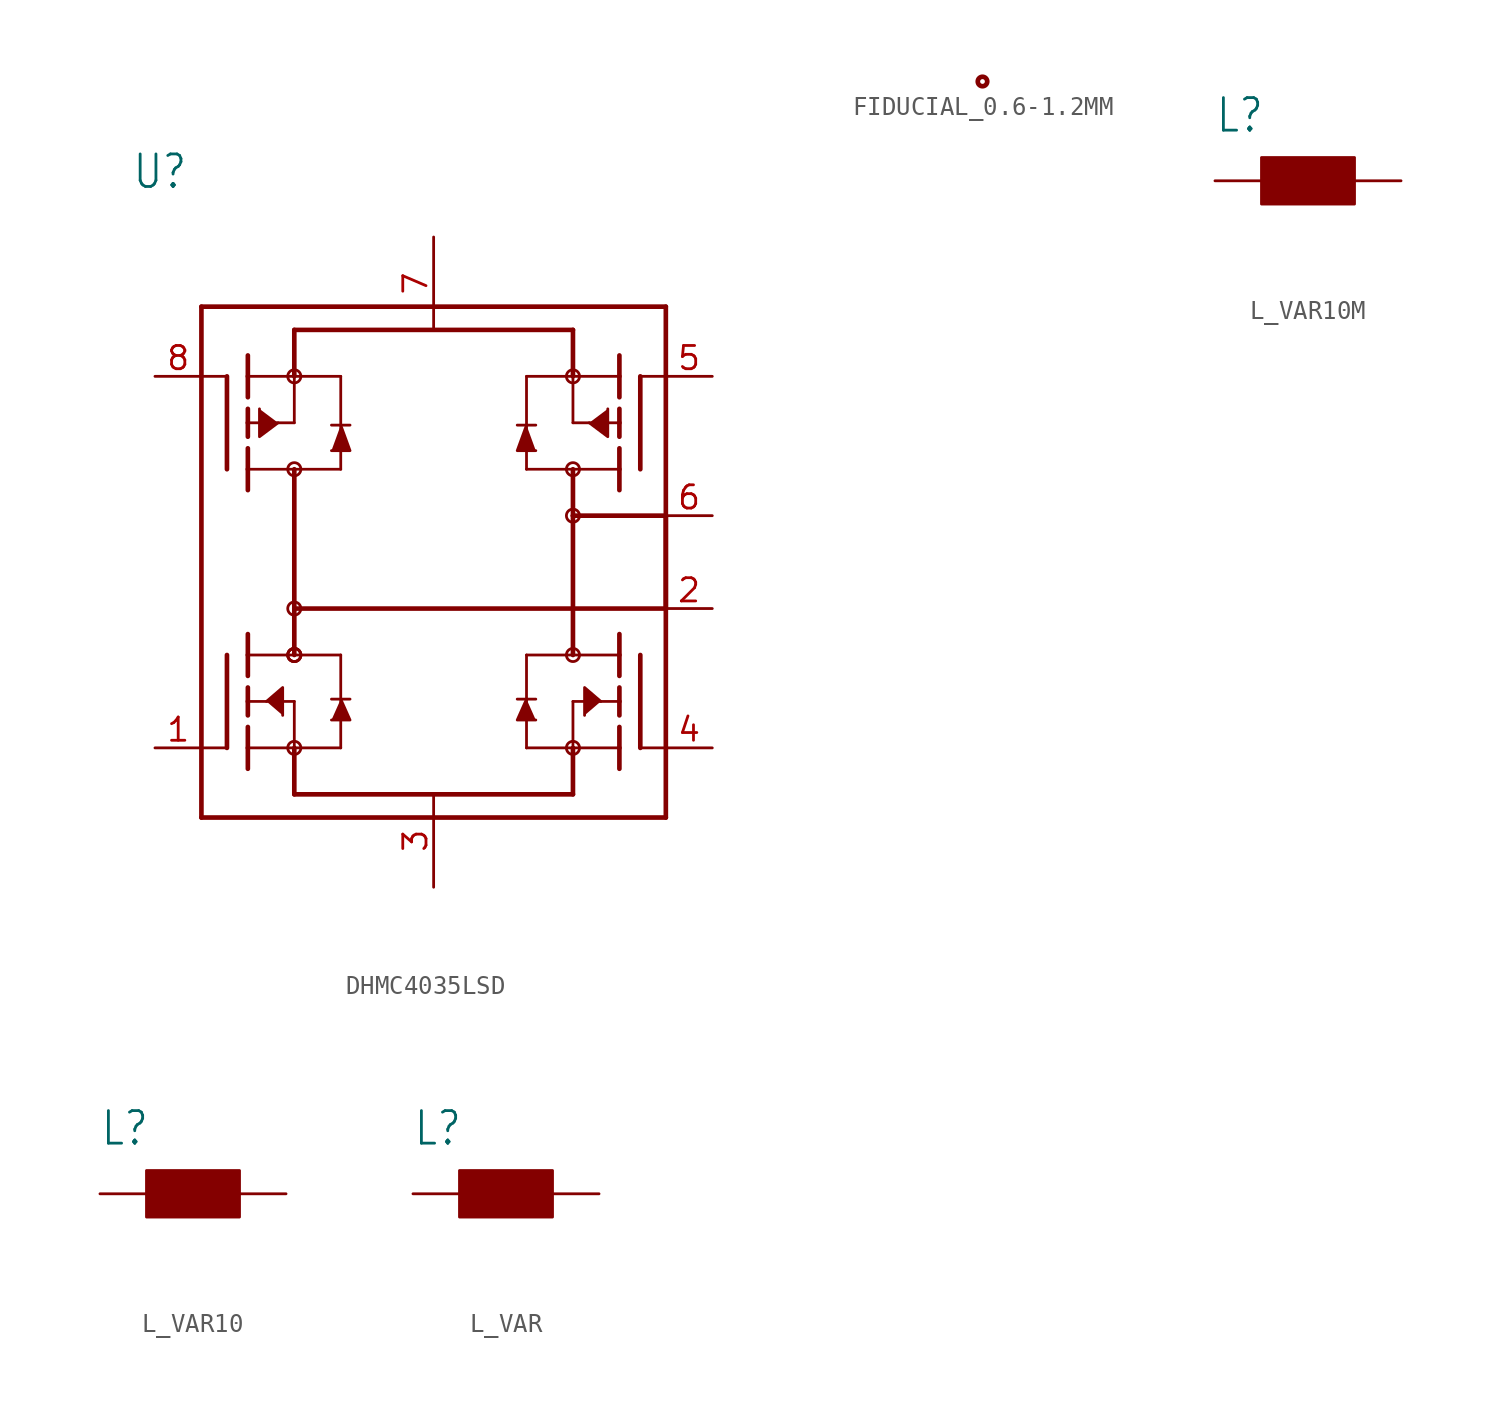
<source format=kicad_sym>
(kicad_symbol_lib
  (version 20220914)
  (generator kicad_symbol_editor)
  (symbol "DHMC4035LSD"
    (property "Reference" "U"
      (at -16.51 20.32 0)
      (effects (font (size 1.778 1.511)) (justify left bottom)))
    (property "Value" ""
      (at -16.51 17.78 0)
      (effects (font (size 1.778 1.511)) (justify left bottom)))
    (property "ki_locked" ""
      (at 0 0 0)
      (effects (font (size 1.27 1.27))))
    (symbol "DHMC4035LSD_1_0"
      (circle (center -7.62 -10.16) (radius 0.359) (stroke (width 0) (type solid)) (fill (type none)))
      (circle (center -7.62 -5.08) (radius 0.359) (stroke (width 0) (type solid)) (fill (type none)))
      (circle (center -7.62 -5.08) (radius 0.359) (stroke (width 0) (type solid)) (fill (type none)))
      (circle (center -7.62 -5.08) (radius 0.359) (stroke (width 0) (type solid)) (fill (type none)))
      (circle (center -7.62 -2.54) (radius 0.359) (stroke (width 0) (type solid)) (fill (type none)))
      (circle (center -7.62 5.08) (radius 0.359) (stroke (width 0) (type solid)) (fill (type none)))
      (circle (center -7.62 10.16) (radius 0.359) (stroke (width 0) (type solid)) (fill (type none)))
      (polyline (pts (xy -12.7 -13.97) (xy -12.7 13.97)) (stroke (width 0.254) (type solid)) (fill (type none)))
      (polyline (pts (xy -12.7 -10.16) (xy -11.379 -10.16)) (stroke (width 0.152) (type solid)) (fill (type none)))
      (polyline (pts (xy -12.7 10.16) (xy -11.379 10.16)) (stroke (width 0.152) (type solid)) (fill (type none)))
      (polyline (pts (xy -12.7 13.97) (xy 12.7 13.97)) (stroke (width 0.254) (type solid)) (fill (type none)))
      (polyline (pts (xy -11.303 -5.08) (xy -11.303 -10.16)) (stroke (width 0.254) (type solid)) (fill (type none)))
      (polyline (pts (xy -11.303 5.08) (xy -11.303 10.16)) (stroke (width 0.254) (type solid)) (fill (type none)))
      (polyline (pts (xy -10.16 -10.16) (xy -10.16 -11.303)) (stroke (width 0.254) (type solid)) (fill (type none)))
      (polyline (pts (xy -10.16 -9.017) (xy -10.16 -10.16)) (stroke (width 0.254) (type solid)) (fill (type none)))
      (polyline (pts (xy -10.16 -7.62) (xy -10.16 -8.382)) (stroke (width 0.254) (type solid)) (fill (type none)))
      (polyline (pts (xy -10.16 -7.62) (xy -7.62 -7.62)) (stroke (width 0.152) (type solid)) (fill (type none)))
      (polyline (pts (xy -10.16 -6.858) (xy -10.16 -7.62)) (stroke (width 0.254) (type solid)) (fill (type none)))
      (polyline (pts (xy -10.16 -5.08) (xy -10.16 -6.223)) (stroke (width 0.254) (type solid)) (fill (type none)))
      (polyline (pts (xy -10.16 -5.08) (xy -7.62 -5.08)) (stroke (width 0.152) (type solid)) (fill (type none)))
      (polyline (pts (xy -10.16 -3.937) (xy -10.16 -5.08)) (stroke (width 0.254) (type solid)) (fill (type none)))
      (polyline (pts (xy -10.16 3.937) (xy -10.16 5.08)) (stroke (width 0.254) (type solid)) (fill (type none)))
      (polyline (pts (xy -10.16 5.08) (xy -10.16 6.223)) (stroke (width 0.254) (type solid)) (fill (type none)))
      (polyline (pts (xy -10.16 5.08) (xy -7.62 5.08)) (stroke (width 0.152) (type solid)) (fill (type none)))
      (polyline (pts (xy -10.16 6.858) (xy -10.16 7.62)) (stroke (width 0.254) (type solid)) (fill (type none)))
      (polyline (pts (xy -10.16 7.62) (xy -10.16 8.382)) (stroke (width 0.254) (type solid)) (fill (type none)))
      (polyline (pts (xy -10.16 7.62) (xy -7.62 7.62)) (stroke (width 0.152) (type solid)) (fill (type none)))
      (polyline (pts (xy -10.16 9.017) (xy -10.16 10.16)) (stroke (width 0.254) (type solid)) (fill (type none)))
      (polyline (pts (xy -10.16 10.16) (xy -10.16 11.303)) (stroke (width 0.254) (type solid)) (fill (type none)))
      (polyline (pts (xy -7.62 -12.7) (xy -7.62 -10.16)) (stroke (width 0.254) (type solid)) (fill (type none)))
      (polyline (pts (xy -7.62 -12.7) (xy 7.62 -12.7)) (stroke (width 0.254) (type solid)) (fill (type none)))
      (polyline (pts (xy -7.62 -10.16) (xy -10.16 -10.16)) (stroke (width 0.152) (type solid)) (fill (type none)))
      (polyline (pts (xy -7.62 -10.16) (xy -5.08 -10.16)) (stroke (width 0.152) (type solid)) (fill (type none)))
      (polyline (pts (xy -7.62 -7.62) (xy -7.62 -10.16)) (stroke (width 0.152) (type solid)) (fill (type none)))
      (polyline (pts (xy -7.62 -5.08) (xy -7.62 -2.54)) (stroke (width 0.254) (type solid)) (fill (type none)))
      (polyline (pts (xy -7.62 -5.08) (xy -5.08 -5.08)) (stroke (width 0.152) (type solid)) (fill (type none)))
      (polyline (pts (xy -7.62 -2.54) (xy -7.62 5.08)) (stroke (width 0.254) (type solid)) (fill (type none)))
      (polyline (pts (xy -7.62 5.08) (xy -5.08 5.08)) (stroke (width 0.152) (type solid)) (fill (type none)))
      (polyline (pts (xy -7.62 7.62) (xy -7.62 10.16)) (stroke (width 0.152) (type solid)) (fill (type none)))
      (polyline (pts (xy -7.62 10.16) (xy -10.16 10.16)) (stroke (width 0.152) (type solid)) (fill (type none)))
      (polyline (pts (xy -7.62 10.16) (xy -7.62 12.7)) (stroke (width 0.254) (type solid)) (fill (type none)))
      (polyline (pts (xy -7.62 10.16) (xy -5.08 10.16)) (stroke (width 0.152) (type solid)) (fill (type none)))
      (polyline (pts (xy -7.62 12.7) (xy 7.62 12.7)) (stroke (width 0.254) (type solid)) (fill (type none)))
      (polyline (pts (xy -5.588 -7.493) (xy -5.08 -7.493)) (stroke (width 0.152) (type solid)) (fill (type none)))
      (polyline (pts (xy -5.588 7.493) (xy -5.08 7.493)) (stroke (width 0.152) (type solid)) (fill (type none)))
      (polyline (pts (xy -5.08 -7.493) (xy -5.08 -10.16)) (stroke (width 0.152) (type solid)) (fill (type none)))
      (polyline (pts (xy -5.08 -7.493) (xy -4.572 -7.493)) (stroke (width 0.152) (type solid)) (fill (type none)))
      (polyline (pts (xy -5.08 -5.08) (xy -5.08 -7.493)) (stroke (width 0.152) (type solid)) (fill (type none)))
      (polyline (pts (xy -5.08 5.08) (xy -5.08 7.493)) (stroke (width 0.152) (type solid)) (fill (type none)))
      (polyline (pts (xy -5.08 7.493) (xy -5.08 10.16)) (stroke (width 0.152) (type solid)) (fill (type none)))
      (polyline (pts (xy -5.08 7.493) (xy -4.572 7.493)) (stroke (width 0.152) (type solid)) (fill (type none)))
      (polyline (pts (xy 5.08 -7.493) (xy 4.572 -7.493)) (stroke (width 0.152) (type solid)) (fill (type none)))
      (polyline (pts (xy 5.08 -7.493) (xy 5.08 -10.16)) (stroke (width 0.152) (type solid)) (fill (type none)))
      (polyline (pts (xy 5.08 -5.08) (xy 5.08 -7.493)) (stroke (width 0.152) (type solid)) (fill (type none)))
      (polyline (pts (xy 5.08 5.08) (xy 5.08 7.493)) (stroke (width 0.152) (type solid)) (fill (type none)))
      (polyline (pts (xy 5.08 7.493) (xy 4.572 7.493)) (stroke (width 0.152) (type solid)) (fill (type none)))
      (polyline (pts (xy 5.08 7.493) (xy 5.08 10.16)) (stroke (width 0.152) (type solid)) (fill (type none)))
      (polyline (pts (xy 5.588 -7.493) (xy 5.08 -7.493)) (stroke (width 0.152) (type solid)) (fill (type none)))
      (polyline (pts (xy 5.588 7.493) (xy 5.08 7.493)) (stroke (width 0.152) (type solid)) (fill (type none)))
      (polyline (pts (xy 7.62 -12.7) (xy 7.62 -10.16)) (stroke (width 0.254) (type solid)) (fill (type none)))
      (polyline (pts (xy 7.62 -10.16) (xy 5.08 -10.16)) (stroke (width 0.152) (type solid)) (fill (type none)))
      (polyline (pts (xy 7.62 -10.16) (xy 10.16 -10.16)) (stroke (width 0.152) (type solid)) (fill (type none)))
      (polyline (pts (xy 7.62 -7.62) (xy 7.62 -10.16)) (stroke (width 0.152) (type solid)) (fill (type none)))
      (polyline (pts (xy 7.62 -5.08) (xy 5.08 -5.08)) (stroke (width 0.152) (type solid)) (fill (type none)))
      (polyline (pts (xy 7.62 2.54) (xy 7.62 -5.08)) (stroke (width 0.254) (type solid)) (fill (type none)))
      (polyline (pts (xy 7.62 5.08) (xy 5.08 5.08)) (stroke (width 0.152) (type solid)) (fill (type none)))
      (polyline (pts (xy 7.62 5.08) (xy 7.62 2.54)) (stroke (width 0.254) (type solid)) (fill (type none)))
      (polyline (pts (xy 7.62 7.62) (xy 7.62 10.16)) (stroke (width 0.152) (type solid)) (fill (type none)))
      (polyline (pts (xy 7.62 10.16) (xy 5.08 10.16)) (stroke (width 0.152) (type solid)) (fill (type none)))
      (polyline (pts (xy 7.62 10.16) (xy 7.62 12.7)) (stroke (width 0.254) (type solid)) (fill (type none)))
      (polyline (pts (xy 7.62 10.16) (xy 10.16 10.16)) (stroke (width 0.152) (type solid)) (fill (type none)))
      (polyline (pts (xy 10.16 -10.16) (xy 10.16 -11.303)) (stroke (width 0.254) (type solid)) (fill (type none)))
      (polyline (pts (xy 10.16 -9.017) (xy 10.16 -10.16)) (stroke (width 0.254) (type solid)) (fill (type none)))
      (polyline (pts (xy 10.16 -7.62) (xy 7.62 -7.62)) (stroke (width 0.152) (type solid)) (fill (type none)))
      (polyline (pts (xy 10.16 -7.62) (xy 10.16 -8.382)) (stroke (width 0.254) (type solid)) (fill (type none)))
      (polyline (pts (xy 10.16 -6.858) (xy 10.16 -7.62)) (stroke (width 0.254) (type solid)) (fill (type none)))
      (polyline (pts (xy 10.16 -5.08) (xy 7.62 -5.08)) (stroke (width 0.152) (type solid)) (fill (type none)))
      (polyline (pts (xy 10.16 -5.08) (xy 10.16 -6.223)) (stroke (width 0.254) (type solid)) (fill (type none)))
      (polyline (pts (xy 10.16 -3.937) (xy 10.16 -5.08)) (stroke (width 0.254) (type solid)) (fill (type none)))
      (polyline (pts (xy 10.16 3.937) (xy 10.16 5.08)) (stroke (width 0.254) (type solid)) (fill (type none)))
      (polyline (pts (xy 10.16 5.08) (xy 7.62 5.08)) (stroke (width 0.152) (type solid)) (fill (type none)))
      (polyline (pts (xy 10.16 5.08) (xy 10.16 6.223)) (stroke (width 0.254) (type solid)) (fill (type none)))
      (polyline (pts (xy 10.16 6.858) (xy 10.16 7.62)) (stroke (width 0.254) (type solid)) (fill (type none)))
      (polyline (pts (xy 10.16 7.62) (xy 7.62 7.62)) (stroke (width 0.152) (type solid)) (fill (type none)))
      (polyline (pts (xy 10.16 7.62) (xy 10.16 8.382)) (stroke (width 0.254) (type solid)) (fill (type none)))
      (polyline (pts (xy 10.16 9.017) (xy 10.16 10.16)) (stroke (width 0.254) (type solid)) (fill (type none)))
      (polyline (pts (xy 10.16 10.16) (xy 10.16 11.303)) (stroke (width 0.254) (type solid)) (fill (type none)))
      (polyline (pts (xy 11.303 -5.08) (xy 11.303 -10.16)) (stroke (width 0.254) (type solid)) (fill (type none)))
      (polyline (pts (xy 11.303 5.08) (xy 11.303 10.16)) (stroke (width 0.254) (type solid)) (fill (type none)))
      (polyline (pts (xy 12.7 -13.97) (xy -12.7 -13.97)) (stroke (width 0.254) (type solid)) (fill (type none)))
      (polyline (pts (xy 12.7 -10.16) (xy 11.379 -10.16)) (stroke (width 0.152) (type solid)) (fill (type none)))
      (polyline (pts (xy 12.7 -2.54) (xy -7.62 -2.54)) (stroke (width 0.254) (type solid)) (fill (type none)))
      (polyline (pts (xy 12.7 -2.54) (xy 12.7 2.54)) (stroke (width 0.254) (type solid)) (fill (type none)))
      (polyline (pts (xy 12.7 2.54) (xy 7.62 2.54)) (stroke (width 0.254) (type solid)) (fill (type none)))
      (polyline (pts (xy 12.7 10.16) (xy 11.379 10.16)) (stroke (width 0.152) (type solid)) (fill (type none)))
      (polyline (pts (xy 12.7 13.97) (xy 12.7 -13.97)) (stroke (width 0.254) (type solid)) (fill (type none)))
      (polyline (pts (xy -9.144 -7.62) (xy -8.255 -6.858) (xy -8.255 -8.382)) (stroke (width 0.152) (type solid)) (fill (type outline)))
      (polyline (pts (xy -8.509 7.62) (xy -9.525 6.858) (xy -9.525 8.382)) (stroke (width 0.152) (type solid)) (fill (type outline)))
      (polyline (pts (xy -5.08 -7.493) (xy -4.572 -8.636) (xy -5.588 -8.636)) (stroke (width 0.152) (type solid)) (fill (type outline)))
      (polyline (pts (xy -5.08 7.493) (xy -4.572 6.096) (xy -5.588 6.096)) (stroke (width 0.152) (type solid)) (fill (type outline)))
      (polyline (pts (xy 5.08 -7.493) (xy 4.572 -8.636) (xy 5.588 -8.636)) (stroke (width 0.152) (type solid)) (fill (type outline)))
      (polyline (pts (xy 5.08 7.493) (xy 4.572 6.096) (xy 5.588 6.096)) (stroke (width 0.152) (type solid)) (fill (type outline)))
      (polyline (pts (xy 8.509 7.62) (xy 9.525 6.858) (xy 9.525 8.382)) (stroke (width 0.152) (type solid)) (fill (type outline)))
      (polyline (pts (xy 9.144 -7.62) (xy 8.255 -6.858) (xy 8.255 -8.382)) (stroke (width 0.152) (type solid)) (fill (type outline)))
      (circle (center 7.62 -10.16) (radius 0.359) (stroke (width 0) (type solid)) (fill (type none)))
      (circle (center 7.62 -5.08) (radius 0.359) (stroke (width 0) (type solid)) (fill (type none)))
      (circle (center 7.62 2.54) (radius 0.359) (stroke (width 0) (type solid)) (fill (type none)))
      (circle (center 7.62 5.08) (radius 0.359) (stroke (width 0) (type solid)) (fill (type none)))
      (circle (center 7.62 10.16) (radius 0.359) (stroke (width 0) (type solid)) (fill (type none)))
      (pin bidirectional line (at -15.24 -10.16 0) (length 2.54) (name "N1G" (effects (font (size 0 0)))) (number "1" (effects (font (size 1.27 1.27)))))
      (pin bidirectional line (at 15.24 -2.54 180) (length 2.54) (name "P1D/N1D" (effects (font (size 0 0)))) (number "2" (effects (font (size 1.27 1.27)))))
      (pin bidirectional line (at 0 -17.78 90) (length 5.08) (name "N1S/N2S" (effects (font (size 0 0)))) (number "3" (effects (font (size 1.27 1.27)))))
      (pin bidirectional line (at 15.24 -10.16 180) (length 2.54) (name "N2G" (effects (font (size 0 0)))) (number "4" (effects (font (size 1.27 1.27)))))
      (pin bidirectional line (at 15.24 10.16 180) (length 2.54) (name "P2G" (effects (font (size 0 0)))) (number "5" (effects (font (size 1.27 1.27)))))
      (pin bidirectional line (at 15.24 2.54 180) (length 2.54) (name "P2D/N2D" (effects (font (size 0 0)))) (number "6" (effects (font (size 1.27 1.27)))))
      (pin bidirectional line (at 0 17.78 270) (length 5.08) (name "P1S/P2S" (effects (font (size 0 0)))) (number "7" (effects (font (size 1.27 1.27)))))
      (pin bidirectional line (at -15.24 10.16 0) (length 2.54) (name "P1G" (effects (font (size 0 0)))) (number "8" (effects (font (size 1.27 1.27)))))))
  (symbol "FIDUCIAL_0.6-1.2MM"
    (property "Reference" "X"
      (at 0 0 0)
      (effects (font (size 1.27 1.27)) hide))
    (property "ki_locked" ""
      (at 0 0 0)
      (effects (font (size 1.27 1.27))))
    (symbol "FIDUCIAL_0.6-1.2MM_1_0"
      (circle (center 0 0) (radius 0.254) (stroke (width 0.254) (type solid)) (fill (type none)))))
  (symbol "L_VAR10M"
    (property "Reference" "L"
      (at -5.08 2.54 0)
      (effects (font (size 1.778 1.511)) (justify left bottom)))
    (property "Value" ""
      (at -5.08 -5.08 0)
      (effects (font (size 1.778 1.511)) (justify left bottom)))
    (property "ki_locked" ""
      (at 0 0 0)
      (effects (font (size 1.27 1.27))))
    (symbol "L_VAR10M_1_0"
      (rectangle (start -2.54 -1.27) (end 2.54 1.27) (stroke (width 0) (type default)) (fill (type outline)))
      (pin bidirectional line (at -5.08 0 0) (length 2.54) (name "P$1" (effects (font (size 0 0)))) (number "P$1" (effects (font (size 0 0)))))
      (pin bidirectional line (at 5.08 0 180) (length 2.54) (name "P$2" (effects (font (size 0 0)))) (number "P$2" (effects (font (size 0 0)))))))
  (symbol "L_VAR10"
    (property "Reference" "L"
      (at -5.08 2.54 0)
      (effects (font (size 1.778 1.511)) (justify left bottom)))
    (property "Value" ""
      (at -5.08 -5.08 0)
      (effects (font (size 1.778 1.511)) (justify left bottom)))
    (property "ki_locked" ""
      (at 0 0 0)
      (effects (font (size 1.27 1.27))))
    (symbol "L_VAR10_1_0"
      (rectangle (start -2.54 -1.27) (end 2.54 1.27) (stroke (width 0) (type default)) (fill (type outline)))
      (pin bidirectional line (at -5.08 0 0) (length 2.54) (name "P$1" (effects (font (size 0 0)))) (number "P$1" (effects (font (size 0 0)))))
      (pin bidirectional line (at 5.08 0 180) (length 2.54) (name "P$2" (effects (font (size 0 0)))) (number "P$2" (effects (font (size 0 0)))))))
  (symbol "L_VAR"
    (property "Reference" "L"
      (at -5.08 2.54 0)
      (effects (font (size 1.778 1.511)) (justify left bottom)))
    (property "Value" ""
      (at -5.08 -5.08 0)
      (effects (font (size 1.778 1.511)) (justify left bottom)))
    (property "ki_locked" ""
      (at 0 0 0)
      (effects (font (size 1.27 1.27))))
    (symbol "L_VAR_1_0"
      (rectangle (start -2.54 -1.27) (end 2.54 1.27) (stroke (width 0) (type default)) (fill (type outline)))
      (pin bidirectional line (at -5.08 0 0) (length 2.54) (name "P$1" (effects (font (size 0 0)))) (number "P$1" (effects (font (size 0 0)))))
      (pin bidirectional line (at 5.08 0 180) (length 2.54) (name "P$2" (effects (font (size 0 0)))) (number "P$2" (effects (font (size 0 0))))))))
</source>
